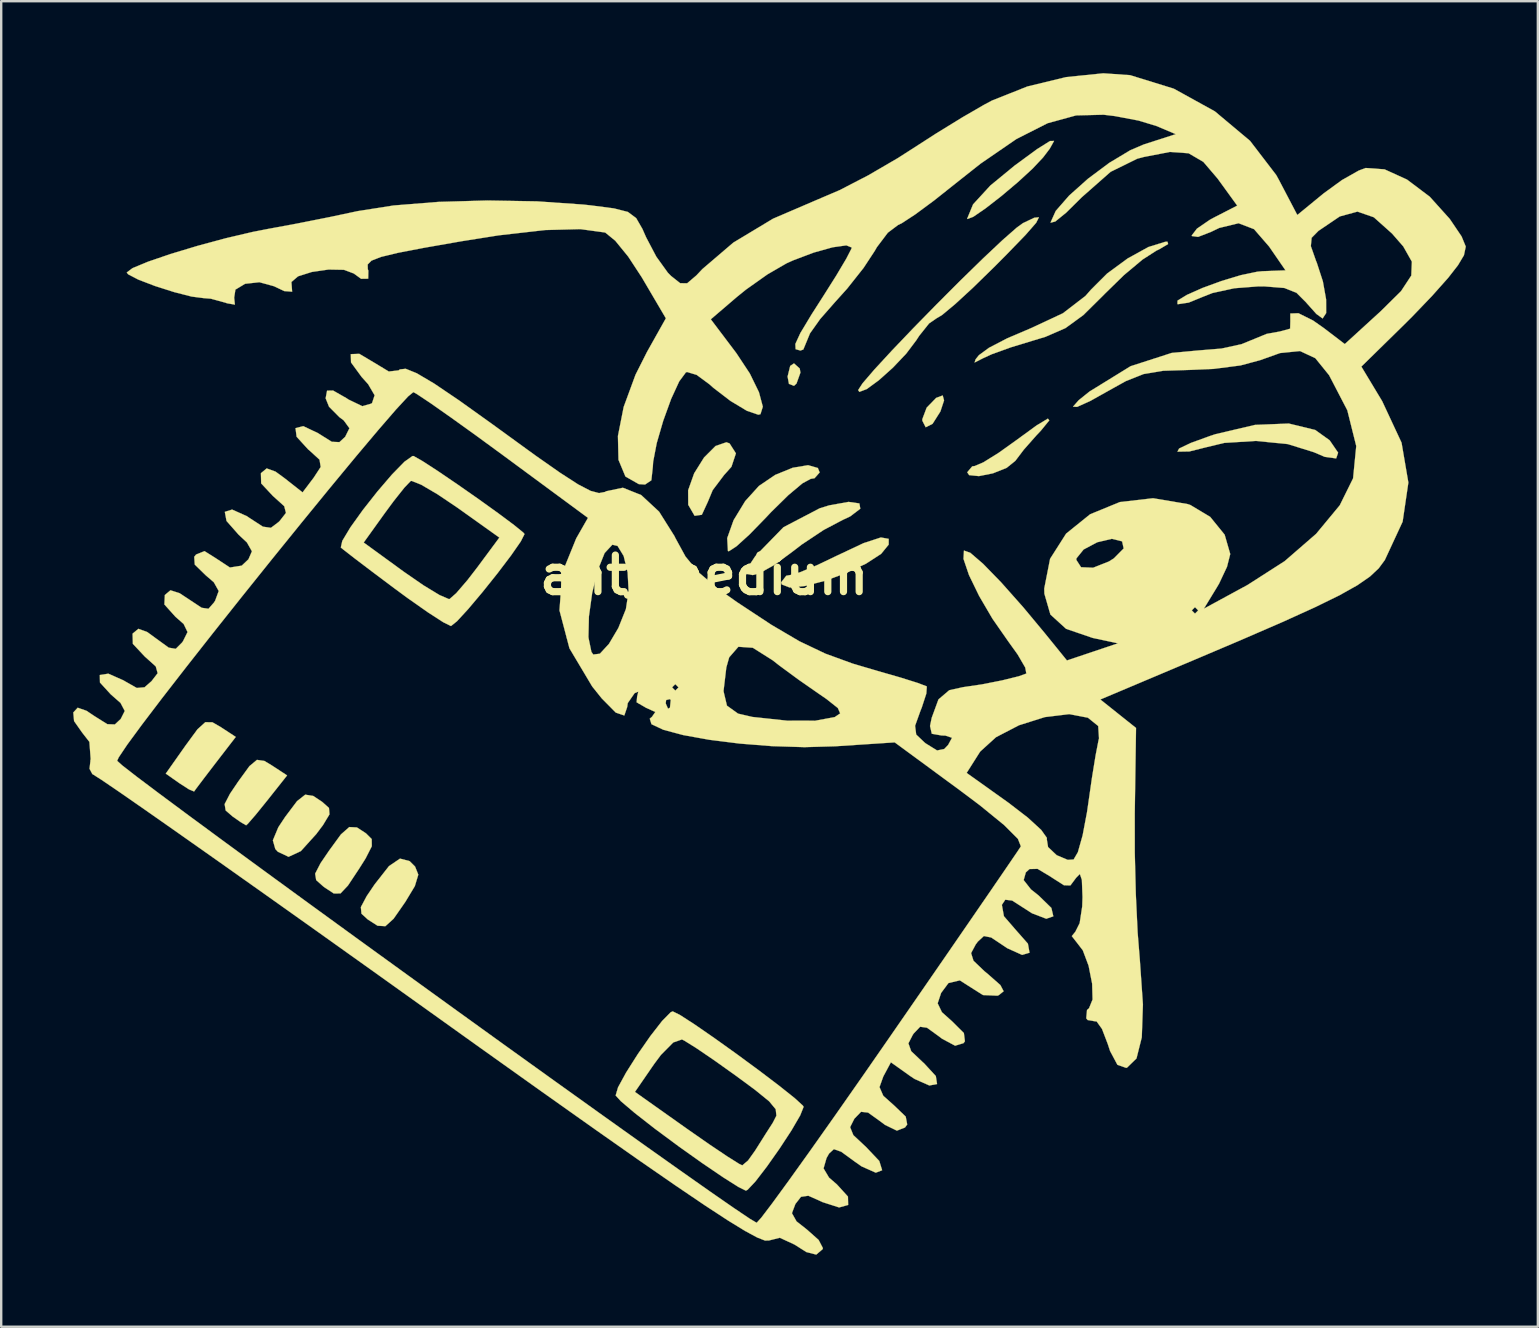
<source format=kicad_pcb>
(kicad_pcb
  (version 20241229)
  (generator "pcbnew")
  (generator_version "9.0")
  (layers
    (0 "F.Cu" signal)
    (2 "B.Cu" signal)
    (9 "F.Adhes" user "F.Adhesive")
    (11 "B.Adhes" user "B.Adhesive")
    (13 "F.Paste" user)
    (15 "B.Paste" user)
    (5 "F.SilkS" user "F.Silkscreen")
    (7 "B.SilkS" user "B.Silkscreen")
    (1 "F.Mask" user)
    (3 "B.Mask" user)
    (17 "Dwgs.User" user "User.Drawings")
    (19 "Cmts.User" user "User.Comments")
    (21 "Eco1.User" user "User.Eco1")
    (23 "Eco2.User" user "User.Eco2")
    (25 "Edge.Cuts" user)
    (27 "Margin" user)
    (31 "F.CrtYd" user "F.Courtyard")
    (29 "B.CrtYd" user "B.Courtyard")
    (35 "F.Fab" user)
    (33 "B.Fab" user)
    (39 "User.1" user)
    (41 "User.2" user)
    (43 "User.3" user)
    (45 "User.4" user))
  (footprint "ant_medium"
    (layer "F.Cu")
    (at 26.295 20.916)
    (property "Reference" "ant_medium" (at 0 0 0) (layer "F.SilkS") (effects (font (size 1.524 1.524) (thickness 0.3))))
    (attr through_hole)
    (fp_poly (pts (xy 3.983 -8.608) (xy 4.011 -8.438) (xy 3.848 -7.983) (xy 3.743 -7.887) (xy 3.533 -7.969) (xy 3.476 -8.273) (xy 3.585 -8.716) (xy 3.743 -8.823) (xy 3.983 -8.608)) (stroke (width 0.01) (type solid)) (fill yes) (layer "F.SilkS"))
    (fp_poly (pts (xy 9.997 -7.281) (xy 9.844 -6.818) (xy 9.518 -6.304) (xy 9.232 -6.16) (xy 9.093 -6.432) (xy 9.091 -6.497) (xy 9.272 -6.977) (xy 9.667 -7.384) (xy 9.94 -7.486) (xy 9.997 -7.281)) (stroke (width 0.01) (type solid)) (fill yes) (layer "F.SilkS"))
    (fp_poly (pts (xy -20.493 6.134) (xy -20.149 6.332) (xy -19.52 6.744) (xy -20.373 7.85) (xy -20.858 8.484) (xy -21.181 8.912) (xy -21.257 9.018) (xy -21.468 8.93) (xy -21.863 8.676) (xy -22.437 8.273) (xy -21.608 7.097) (xy -21.116 6.427) (xy -20.789 6.13) (xy -20.493 6.134)) (stroke (width 0.01) (type solid)) (fill yes) (layer "F.SilkS"))
    (fp_poly (pts (xy 1.058 -5.488) (xy 1.323 -5.073) (xy 1.137 -4.514) (xy 0.826 -4.166) (xy 0.355 -3.541) (xy 0.153 -3.055) (xy -0.097 -2.514) (xy -0.398 -2.471) (xy -0.664 -2.928) (xy -0.668 -3.536) (xy -0.417 -4.241) (xy -0.004 -4.902) (xy 0.475 -5.381) (xy 0.926 -5.535) (xy 1.058 -5.488)) (stroke (width 0.01) (type solid)) (fill yes) (layer "F.SilkS"))
    (fp_poly (pts (xy -18.328 7.744) (xy -18.021 7.929) (xy -17.381 8.348) (xy -18.205 9.388) (xy -18.688 9.985) (xy -19.014 10.361) (xy -19.088 10.427) (xy -19.322 10.29) (xy -19.657 10.055) (xy -19.941 9.808) (xy -19.984 9.543) (xy -19.759 9.109) (xy -19.413 8.597) (xy -18.95 7.961) (xy -18.637 7.7) (xy -18.328 7.744)) (stroke (width 0.01) (type solid)) (fill yes) (layer "F.SilkS"))
    (fp_poly (pts (xy -16.289 9.205) (xy -15.916 9.453) (xy -15.636 9.703) (xy -15.615 9.971) (xy -15.883 10.415) (xy -16.164 10.79) (xy -16.807 11.501) (xy -17.32 11.74) (xy -17.767 11.528) (xy -17.872 11.414) (xy -17.974 11.053) (xy -17.745 10.506) (xy -17.461 10.077) (xy -16.967 9.421) (xy -16.625 9.15) (xy -16.289 9.205)) (stroke (width 0.01) (type solid)) (fill yes) (layer "F.SilkS"))
    (fp_poly (pts (xy -12.273 11.921) (xy -12.048 12.146) (xy -11.913 12.483) (xy -12.057 12.96) (xy -12.452 13.616) (xy -12.942 14.32) (xy -13.285 14.631) (xy -13.611 14.612) (xy -14.017 14.352) (xy -14.281 14.111) (xy -14.307 13.837) (xy -14.065 13.38) (xy -13.734 12.891) (xy -13.135 12.127) (xy -12.675 11.815) (xy -12.273 11.921)) (stroke (width 0.01) (type solid)) (fill yes) (layer "F.SilkS"))
    (fp_poly (pts (xy 14.4 -17.767) (xy 14.123 -17.404) (xy 13.691 -16.944) (xy 13.073 -16.376) (xy 12.381 -15.792) (xy 11.725 -15.282) (xy 11.218 -14.934) (xy 10.971 -14.838) (xy 10.962 -14.858) (xy 11.206 -15.45) (xy 11.926 -16.234) (xy 12.943 -17.07) (xy 13.871 -17.75) (xy 14.411 -18.089) (xy 14.581 -18.093) (xy 14.4 -17.767)) (stroke (width 0.01) (type solid)) (fill yes) (layer "F.SilkS"))
    (fp_poly (pts (xy -14.471 10.516) (xy -14.093 10.762) (xy -13.855 11.001) (xy -13.851 11.3) (xy -14.11 11.808) (xy -14.376 12.23) (xy -14.846 12.939) (xy -15.155 13.265) (xy -15.434 13.269) (xy -15.814 13.018) (xy -15.883 12.966) (xy -16.169 12.71) (xy -16.212 12.443) (xy -15.988 12.008) (xy -15.646 11.504) (xy -15.139 10.808) (xy -14.79 10.5) (xy -14.471 10.516)) (stroke (width 0.01) (type solid)) (fill yes) (layer "F.SilkS"))
    (fp_poly (pts (xy 6.468 -2.987) (xy 6.507 -2.766) (xy 6.084 -2.445) (xy 5.773 -2.3) (xy 4.981 -1.882) (xy 4.072 -1.278) (xy 3.638 -0.945) (xy 2.917 -0.418) (xy 2.297 -0.075) (xy 2.026 0) (xy 1.759 -0.049) (xy 1.792 -0.276) (xy 2.131 -0.791) (xy 3.306 -1.996) (xy 4.815 -2.784) (xy 5.206 -2.905) (xy 6.017 -3.051) (xy 6.468 -2.987)) (stroke (width 0.01) (type solid)) (fill yes) (layer "F.SilkS"))
    (fp_poly (pts (xy 7.69 -1.51) (xy 7.689 -1.27) (xy 7.374 -0.885) (xy 6.743 -0.476) (xy 5.922 -0.088) (xy 5.036 0.237) (xy 4.209 0.453) (xy 3.565 0.518) (xy 3.23 0.388) (xy 3.208 0.302) (xy 3.421 0.027) (xy 3.572 0) (xy 3.985 -0.115) (xy 4.708 -0.415) (xy 5.51 -0.799) (xy 6.645 -1.333) (xy 7.364 -1.568) (xy 7.69 -1.51)) (stroke (width 0.01) (type solid)) (fill yes) (layer "F.SilkS"))
    (fp_poly (pts (xy 14.382 -6.448) (xy 14.037 -6.026) (xy 13.836 -5.812) (xy 13.324 -5.232) (xy 12.967 -4.761) (xy 12.603 -4.468) (xy 12.033 -4.241) (xy 11.449 -4.125) (xy 11.042 -4.166) (xy 10.962 -4.285) (xy 11.171 -4.531) (xy 11.272 -4.545) (xy 11.631 -4.697) (xy 12.268 -5.093) (xy 13.01 -5.623) (xy 13.866 -6.246) (xy 14.324 -6.521) (xy 14.382 -6.448)) (stroke (width 0.01) (type solid)) (fill yes) (layer "F.SilkS"))
    (fp_poly (pts (xy 4.738 -4.463) (xy 4.813 -4.278) (xy 4.598 -4.036) (xy 4.44 -4.011) (xy 4.096 -3.825) (xy 3.509 -3.333) (xy 2.792 -2.629) (xy 2.584 -2.407) (xy 1.891 -1.695) (xy 1.342 -1.197) (xy 1.027 -0.993) (xy 0.99 -1.004) (xy 0.96 -1.54) (xy 1.226 -2.288) (xy 1.71 -3.083) (xy 2.283 -3.716) (xy 2.959 -4.175) (xy 3.689 -4.473) (xy 4.33 -4.58) (xy 4.738 -4.463)) (stroke (width 0.01) (type solid)) (fill yes) (layer "F.SilkS"))
    (fp_poly (pts (xy 25.464 -6.048) (xy 26.065 -5.618) (xy 26.419 -5.102) (xy 26.337 -4.862) (xy 25.859 -4.928) (xy 25.4 -5.124) (xy 24.322 -5.459) (xy 22.996 -5.591) (xy 21.674 -5.509) (xy 20.9 -5.323) (xy 20.222 -5.153) (xy 19.736 -5.144) (xy 19.724 -5.147) (xy 19.792 -5.274) (xy 20.275 -5.505) (xy 21.076 -5.797) (xy 21.308 -5.873) (xy 22.954 -6.259) (xy 24.362 -6.316) (xy 25.464 -6.048)) (stroke (width 0.01) (type solid)) (fill yes) (layer "F.SilkS"))
    (fp_poly (pts (xy 13.836 -14.683) (xy 13.394 -14.177) (xy 12.598 -13.355) (xy 12.08 -12.834) (xy 11.204 -11.979) (xy 10.452 -11.287) (xy 9.908 -10.834) (xy 9.673 -10.695) (xy 9.372 -10.487) (xy 8.96 -9.971) (xy 8.841 -9.788) (xy 8.422 -9.232) (xy 7.865 -8.645) (xy 7.28 -8.121) (xy 6.778 -7.753) (xy 6.467 -7.635) (xy 6.417 -7.709) (xy 6.598 -7.989) (xy 7.09 -8.562) (xy 7.821 -9.355) (xy 8.714 -10.29) (xy 9.696 -11.293) (xy 10.691 -12.289) (xy 11.626 -13.201) (xy 12.427 -13.955) (xy 13.018 -14.474) (xy 13.284 -14.667) (xy 13.758 -14.893) (xy 13.95 -14.91) (xy 13.836 -14.683)) (stroke (width 0.01) (type solid)) (fill yes) (layer "F.SilkS"))
    (fp_poly (pts (xy 19.334 -13.797) (xy 18.958 -13.574) (xy 18.849 -13.524) (xy 18.268 -13.15) (xy 17.499 -12.507) (xy 16.703 -11.73) (xy 16.662 -11.687) (xy 15.802 -10.836) (xy 15.056 -10.293) (xy 14.225 -9.931) (xy 13.721 -9.778) (xy 12.784 -9.493) (xy 11.994 -9.208) (xy 11.631 -9.042) (xy 11.269 -8.859) (xy 11.312 -8.993) (xy 11.45 -9.165) (xy 11.868 -9.472) (xy 12.63 -9.868) (xy 13.57 -10.269) (xy 13.588 -10.276) (xy 14.951 -10.912) (xy 15.892 -11.636) (xy 16.121 -11.897) (xy 16.793 -12.568) (xy 17.649 -13.196) (xy 18.514 -13.673) (xy 19.215 -13.89) (xy 19.307 -13.893) (xy 19.334 -13.797)) (stroke (width 0.01) (type solid)) (fill yes) (layer "F.SilkS"))
    (fp_poly (pts (xy -11.749 -4.758) (xy -11.104 -4.34) (xy -10.287 -3.785) (xy -9.41 -3.172) (xy -8.585 -2.58) (xy -7.925 -2.088) (xy -7.54 -1.775) (xy -7.486 -1.711) (xy -7.643 -1.401) (xy -8.05 -0.816) (xy -8.613 -0.074) (xy -9.239 0.709) (xy -9.833 1.414) (xy -10.302 1.924) (xy -10.552 2.123) (xy -10.554 2.123) (xy -10.874 1.964) (xy -11.512 1.552) (xy -12.359 0.957) (xy -12.915 0.548) (xy -13.822 -0.132) (xy -14.561 -0.693) (xy -15.031 -1.058) (xy -15.142 -1.15) (xy -15.096 -1.357) (xy -14.189 -1.357) (xy -12.518 -0.141) (xy -11.696 0.427) (xy -11.03 0.831) (xy -10.643 0.998) (xy -10.61 0.997) (xy -10.332 0.753) (xy -9.862 0.206) (xy -9.454 -0.323) (xy -8.535 -1.563) (xy -10.278 -2.806) (xy -11.115 -3.37) (xy -11.791 -3.766) (xy -12.188 -3.925) (xy -12.232 -3.918) (xy -12.495 -3.643) (xy -12.948 -3.072) (xy -13.317 -2.572) (xy -14.189 -1.357) (xy -15.096 -1.357) (xy -15.079 -1.43) (xy -14.743 -1.989) (xy -14.225 -2.712) (xy -13.617 -3.484) (xy -13.009 -4.193) (xy -12.491 -4.724) (xy -12.156 -4.962) (xy -12.11 -4.962) (xy -11.749 -4.758)) (stroke (width 0.01) (type solid)) (fill yes) (layer "F.SilkS"))
    (fp_poly (pts (xy -1.011 18.329) (xy -0.398 18.725) (xy 0.424 19.293) (xy 1.355 19.959) (xy 2.292 20.648) (xy 3.132 21.286) (xy 3.774 21.798) (xy 4.115 22.11) (xy 4.144 22.16) (xy 4.002 22.516) (xy 3.639 23.139) (xy 3.145 23.894) (xy 2.614 24.648) (xy 2.138 25.267) (xy 1.809 25.617) (xy 1.738 25.652) (xy 1.427 25.499) (xy 0.783 25.091) (xy -0.099 24.491) (xy -1.061 23.807) (xy -2.066 23.062) (xy -2.9 22.41) (xy -3.471 21.925) (xy -3.689 21.686) (xy -3.645 21.537) (xy -2.885 21.537) (xy -0.725 23.068) (xy 0.205 23.716) (xy 0.967 24.228) (xy 1.461 24.538) (xy 1.589 24.598) (xy 1.828 24.397) (xy 2.115 23.996) (xy 2.566 23.281) (xy 2.86 22.823) (xy 3.01 22.529) (xy 2.982 22.26) (xy 2.708 21.929) (xy 2.12 21.451) (xy 1.332 20.87) (xy 0.434 20.23) (xy -0.327 19.712) (xy -0.829 19.399) (xy -0.926 19.351) (xy -1.289 19.477) (xy -1.802 19.995) (xy -2.085 20.375) (xy -2.885 21.537) (xy -3.645 21.537) (xy -3.59 21.348) (xy -3.254 20.732) (xy -2.773 19.973) (xy -2.242 19.21) (xy -1.752 18.58) (xy -1.396 18.219) (xy -1.311 18.181) (xy -1.011 18.329)) (stroke (width 0.01) (type solid)) (fill yes) (layer "F.SilkS"))
    (fp_poly (pts (xy 17.748 -20.834) (xy 19.569 -20.271) (xy 21.28 -19.327) (xy 22.748 -18.097) (xy 23.839 -16.673) (xy 23.955 -16.462) (xy 24.718 -15.006) (xy 25.82 -15.91) (xy 26.577 -16.461) (xy 27.279 -16.858) (xy 27.565 -16.965) (xy 28.353 -16.909) (xy 29.289 -16.483) (xy 30.238 -15.768) (xy 31.065 -14.849) (xy 31.111 -14.784) (xy 31.564 -14.113) (xy 31.738 -13.69) (xy 31.662 -13.329) (xy 31.415 -12.915) (xy 31.006 -12.39) (xy 30.329 -11.63) (xy 29.504 -10.77) (xy 29.159 -10.427) (xy 27.387 -8.689) (xy 28.254 -7.249) (xy 29.062 -5.518) (xy 29.346 -3.856) (xy 29.107 -2.227) (xy 28.365 -0.628) (xy 28.11 -0.282) (xy 27.746 0.059) (xy 27.219 0.424) (xy 26.471 0.843) (xy 25.444 1.345) (xy 24.084 1.962) (xy 22.332 2.722) (xy 20.487 3.505) (xy 16.51 5.184) (xy 17.253 5.777) (xy 17.997 6.37) (xy 17.944 9.936) (xy 17.945 11.566) (xy 17.988 13.291) (xy 18.064 14.892) (xy 18.156 16.042) (xy 18.284 17.892) (xy 18.237 19.262) (xy 18.016 20.143) (xy 17.621 20.527) (xy 17.585 20.535) (xy 17.222 20.409) (xy 16.915 19.833) (xy 16.82 19.543) (xy 16.579 18.913) (xy 16.355 18.6) (xy 16.288 18.595) (xy 15.98 18.542) (xy 15.923 18.471) (xy 15.954 18.124) (xy 16.038 18.05) (xy 16.186 17.686) (xy 16.168 17.028) (xy 16.02 16.278) (xy 15.779 15.637) (xy 15.557 15.348) (xy 15.32 15.044) (xy 15.467 14.864) (xy 15.648 14.504) (xy 15.754 13.809) (xy 15.767 13.419) (xy 15.74 12.701) (xy 15.656 12.455) (xy 15.494 12.62) (xy 15.482 12.639) (xy 15.262 12.933) (xy 14.993 12.925) (xy 14.492 12.605) (xy 14.451 12.576) (xy 13.894 12.242) (xy 13.557 12.25) (xy 13.404 12.39) (xy 13.314 12.71) (xy 13.617 13.097) (xy 13.935 13.35) (xy 14.469 13.87) (xy 14.551 14.22) (xy 14.257 14.321) (xy 13.662 14.094) (xy 13.388 13.917) (xy 12.834 13.562) (xy 12.547 13.528) (xy 12.406 13.742) (xy 12.491 14.215) (xy 12.985 14.786) (xy 13.491 15.36) (xy 13.559 15.737) (xy 13.25 15.828) (xy 12.625 15.546) (xy 12.51 15.467) (xy 11.962 15.102) (xy 11.656 15.041) (xy 11.405 15.273) (xy 11.315 15.394) (xy 11.123 15.753) (xy 11.223 16.071) (xy 11.68 16.508) (xy 11.821 16.624) (xy 12.344 17.085) (xy 12.48 17.343) (xy 12.277 17.505) (xy 12.222 17.527) (xy 11.619 17.501) (xy 11.265 17.278) (xy 10.654 16.889) (xy 10.181 17) (xy 9.874 17.413) (xy 9.73 17.846) (xy 9.908 18.216) (xy 10.333 18.597) (xy 10.823 19.085) (xy 10.866 19.429) (xy 10.807 19.506) (xy 10.458 19.612) (xy 9.915 19.322) (xy 9.79 19.227) (xy 9.286 18.862) (xy 9 18.822) (xy 8.738 19.096) (xy 8.697 19.152) (xy 8.511 19.513) (xy 8.628 19.841) (xy 9.113 20.301) (xy 9.16 20.341) (xy 9.654 20.877) (xy 9.705 21.208) (xy 9.386 21.27) (xy 8.77 20.998) (xy 8.568 20.863) (xy 7.781 20.303) (xy 7.464 20.896) (xy 7.306 21.337) (xy 7.464 21.699) (xy 7.913 22.1) (xy 8.399 22.566) (xy 8.461 22.895) (xy 8.369 23.02) (xy 8.032 23.152) (xy 7.539 22.913) (xy 7.335 22.76) (xy 6.83 22.398) (xy 6.538 22.366) (xy 6.268 22.644) (xy 6.256 22.659) (xy 6.082 23.006) (xy 6.216 23.338) (xy 6.725 23.814) (xy 6.735 23.822) (xy 7.297 24.415) (xy 7.417 24.802) (xy 7.152 24.904) (xy 6.559 24.64) (xy 6.285 24.448) (xy 5.713 24.031) (xy 5.405 23.923) (xy 5.206 24.104) (xy 5.099 24.294) (xy 4.975 24.725) (xy 5.205 25.111) (xy 5.528 25.389) (xy 5.992 25.899) (xy 6 26.248) (xy 5.623 26.352) (xy 4.933 26.13) (xy 4.895 26.111) (xy 4.34 25.864) (xy 4.034 25.909) (xy 3.801 26.208) (xy 3.657 26.591) (xy 3.848 26.931) (xy 4.287 27.278) (xy 4.77 27.707) (xy 4.948 28.047) (xy 4.934 28.094) (xy 4.67 28.317) (xy 4.258 28.211) (xy 3.766 27.899) (xy 3.152 27.615) (xy 2.7 27.728) (xy 2.534 27.731) (xy 2.214 27.606) (xy 1.709 27.334) (xy 0.993 26.895) (xy 0.037 26.27) (xy -1.189 25.44) (xy -2.712 24.387) (xy -4.56 23.089) (xy -6.763 21.529) (xy -9.349 19.687) (xy -11.5 18.149) (xy -13.909 16.428) (xy -16.191 14.802) (xy -18.309 13.298) (xy -20.225 11.942) (xy -21.902 10.761) (xy -23.303 9.779) (xy -24.39 9.025) (xy -25.127 8.524) (xy -25.475 8.303) (xy -25.496 8.294) (xy -25.614 8.072) (xy -25.576 7.739) (xy -24.464 7.739) (xy -24.254 7.928) (xy -23.654 8.395) (xy -22.709 9.106) (xy -21.465 10.029) (xy -19.968 11.131) (xy -18.262 12.38) (xy -16.394 13.742) (xy -14.408 15.185) (xy -12.35 16.675) (xy -10.266 18.181) (xy -8.201 19.669) (xy -6.2 21.106) (xy -4.309 22.459) (xy -2.573 23.697) (xy -1.038 24.785) (xy 0.251 25.692) (xy 1.248 26.383) (xy 1.909 26.827) (xy 2.187 26.991) (xy 2.188 26.991) (xy 2.378 26.782) (xy 2.834 26.182) (xy 3.521 25.241) (xy 4.404 24.008) (xy 5.446 22.534) (xy 6.611 20.869) (xy 7.688 19.317) (xy 8.937 17.511) (xy 10.092 15.838) (xy 11.117 14.349) (xy 11.977 13.098) (xy 12.635 12.137) (xy 13.056 11.519) (xy 13.198 11.304) (xy 13.075 10.992) (xy 12.502 10.419) (xy 11.492 9.595) (xy 10.665 8.974) (xy 9.672 8.244) (xy 10.938 8.244) (xy 12.689 9.493) (xy 13.482 10.103) (xy 14.045 10.619) (xy 14.283 10.953) (xy 14.278 11.004) (xy 14.331 11.333) (xy 14.689 11.672) (xy 15.152 11.868) (xy 15.396 11.852) (xy 15.573 11.549) (xy 15.771 10.847) (xy 15.954 9.88) (xy 16.003 9.543) (xy 16.16 8.449) (xy 16.313 7.508) (xy 16.433 6.889) (xy 16.454 6.805) (xy 16.421 6.289) (xy 15.992 5.943) (xy 15.214 5.794) (xy 14.196 5.918) (xy 13.119 6.258) (xy 12.162 6.755) (xy 11.506 7.35) (xy 11.465 7.412) (xy 10.938 8.244) (xy 9.672 8.244) (xy 7.94 6.971) (xy 5.457 7.134) (xy 4.178 7.17) (xy 2.823 7.128) (xy 1.474 7.021) (xy 0.215 6.863) (xy -0.872 6.667) (xy -1.703 6.445) (xy -2.196 6.213) (xy -2.267 5.983) (xy -2.174 5.904) (xy -2.036 5.705) (xy -2.398 5.539) (xy -2.411 5.536) (xy -2.735 5.347) (xy -1.604 5.347) (xy -1.506 5.567) (xy -1.426 5.526) (xy -1.394 5.208) (xy -1.426 5.169) (xy -1.585 5.206) (xy -1.604 5.347) (xy -2.735 5.347) (xy -2.816 5.3) (xy -2.793 5.057) (xy -2.744 4.855) (xy -2.9 4.921) (xy -3.185 5.334) (xy -3.208 5.497) (xy -3.328 5.851) (xy -3.683 5.73) (xy -4.271 5.135) (xy -4.509 4.837) (xy 0.806 4.837) (xy 0.949 5.441) (xy 1.412 5.773) (xy 2.008 5.911) (xy 3.441 6.065) (xy 4.629 6.068) (xy 5.439 5.918) (xy 5.44 5.918) (xy 5.668 5.764) (xy 5.571 5.54) (xy 5.094 5.162) (xy 4.772 4.941) (xy 3.922 4.349) (xy 3.122 3.76) (xy 2.854 3.55) (xy 2.027 3.028) (xy 1.426 2.987) (xy 1.042 3.428) (xy 0.923 3.85) (xy 0.806 4.837) (xy -4.509 4.837) (xy -4.636 4.679) (xy -1.337 4.679) (xy -1.203 4.813) (xy -1.069 4.679) (xy -1.203 4.545) (xy -1.337 4.679) (xy -4.636 4.679) (xy -4.667 4.64) (xy -5.614 3.052) (xy -5.734 2.596) (xy -4.824 2.596) (xy -4.699 3.199) (xy -4.622 3.31) (xy -4.346 3.276) (xy -3.968 2.866) (xy -3.576 2.203) (xy -3.262 1.418) (xy -3.148 0.677) (xy -3.19 -0.114) (xy -3.355 -0.797) (xy -3.61 -1.216) (xy -3.827 -1.266) (xy -4.149 -0.918) (xy -4.438 -0.197) (xy -4.666 0.737) (xy -4.803 1.722) (xy -4.824 2.596) (xy -5.734 2.596) (xy -6.03 1.47) (xy -5.914 -0.098) (xy -5.333 -1.527) (xy -4.843 -2.385) (xy -8.323 -4.951) (xy -9.52 -5.827) (xy -10.579 -6.587) (xy -11.42 -7.177) (xy -11.964 -7.539) (xy -12.117 -7.626) (xy -12.338 -7.446) (xy -12.842 -6.901) (xy -13.582 -6.046) (xy -14.515 -4.939) (xy -15.594 -3.635) (xy -16.773 -2.192) (xy -18.009 -0.666) (xy -19.254 0.886) (xy -20.465 2.409) (xy -21.594 3.845) (xy -22.598 5.138) (xy -23.43 6.232) (xy -24.045 7.069) (xy -24.397 7.594) (xy -24.464 7.739) (xy -25.576 7.739) (xy -25.567 7.658) (xy -25.619 6.95) (xy -25.921 6.563) (xy -26.258 6.084) (xy -26.29 5.725) (xy -26.107 5.527) (xy -25.742 5.654) (xy -25.402 5.881) (xy -24.872 6.213) (xy -24.558 6.224) (xy -24.313 5.994) (xy -24.146 5.662) (xy -24.322 5.327) (xy -24.728 4.971) (xy -25.179 4.477) (xy -25.186 4.163) (xy -24.83 4.108) (xy -24.193 4.39) (xy -24.154 4.415) (xy -23.644 4.704) (xy -23.322 4.676) (xy -23.03 4.42) (xy -22.775 4.089) (xy -22.854 3.805) (xy -23.317 3.389) (xy -23.808 2.864) (xy -23.82 2.445) (xy -23.811 2.432) (xy -23.578 2.239) (xy -23.209 2.373) (xy -22.828 2.651) (xy -22.313 3.024) (xy -22.021 3.073) (xy -21.763 2.815) (xy -21.72 2.758) (xy -21.529 2.374) (xy -21.691 2.038) (xy -22.034 1.736) (xy -22.494 1.224) (xy -22.476 0.83) (xy -22.241 0.633) (xy -21.863 0.753) (xy -21.47 1.012) (xy -20.941 1.362) (xy -20.656 1.403) (xy -20.428 1.143) (xy -20.379 1.065) (xy -20.23 0.663) (xy -20.434 0.299) (xy -20.773 0.007) (xy -21.229 -0.439) (xy -21.251 -0.762) (xy -21.174 -0.857) (xy -20.822 -0.999) (xy -20.372 -0.716) (xy -19.763 -0.316) (xy -19.271 -0.394) (xy -18.991 -0.659) (xy -18.846 -0.992) (xy -19.056 -1.362) (xy -19.402 -1.685) (xy -19.905 -2.256) (xy -19.976 -2.635) (xy -19.673 -2.731) (xy -19.058 -2.456) (xy -18.942 -2.377) (xy -18.389 -2.018) (xy -18.055 -1.97) (xy -17.736 -2.211) (xy -17.69 -2.256) (xy -17.428 -2.591) (xy -17.5 -2.872) (xy -17.955 -3.283) (xy -17.97 -3.295) (xy -18.461 -3.821) (xy -18.472 -4.239) (xy -18.464 -4.253) (xy -18.231 -4.446) (xy -17.862 -4.312) (xy -17.484 -4.036) (xy -16.735 -3.447) (xy -16.269 -4.063) (xy -15.981 -4.505) (xy -16.029 -4.81) (xy -16.457 -5.201) (xy -16.501 -5.236) (xy -16.985 -5.766) (xy -17.03 -6.124) (xy -16.706 -6.207) (xy -16.085 -5.912) (xy -16.053 -5.89) (xy -15.518 -5.555) (xy -15.2 -5.541) (xy -14.96 -5.763) (xy -14.783 -6.121) (xy -15.019 -6.445) (xy -15.197 -6.578) (xy -15.634 -7.018) (xy -15.775 -7.368) (xy -15.715 -7.686) (xy -15.464 -7.691) (xy -14.912 -7.376) (xy -14.816 -7.313) (xy -14.246 -7.039) (xy -13.871 -7.146) (xy -13.838 -7.177) (xy -13.733 -7.494) (xy -14.004 -7.957) (xy -14.274 -8.257) (xy -14.717 -8.863) (xy -14.726 -9.208) (xy -14.371 -9.221) (xy -13.729 -8.839) (xy -13.142 -8.484) (xy -12.735 -8.531) (xy -12.681 -8.572) (xy -12.438 -8.598) (xy -11.977 -8.411) (xy -11.25 -7.981) (xy -10.212 -7.279) (xy -8.813 -6.278) (xy -8.458 -6.02) (xy -7.051 -4.998) (xy -6.003 -4.264) (xy -5.253 -3.78) (xy -4.734 -3.51) (xy -4.383 -3.417) (xy -4.136 -3.464) (xy -4.079 -3.495) (xy -3.388 -3.64) (xy -2.625 -3.336) (xy -1.878 -2.643) (xy -1.236 -1.621) (xy -1.203 -1.55) (xy -0.778 -0.773) (xy -0.239 -0.12) (xy 0.546 0.544) (xy 1.368 1.127) (xy 2.8 2.071) (xy 3.973 2.76) (xy 5.05 3.273) (xy 6.189 3.688) (xy 7.23 3.996) (xy 8.175 4.267) (xy 8.898 4.494) (xy 9.262 4.632) (xy 9.278 4.644) (xy 9.258 4.937) (xy 9.068 5.519) (xy 9.012 5.658) (xy 8.789 6.28) (xy 8.836 6.645) (xy 9.19 6.981) (xy 9.237 7.017) (xy 9.706 7.308) (xy 10.005 7.246) (xy 10.166 7.078) (xy 10.328 6.78) (xy 10.048 6.687) (xy 9.896 6.684) (xy 9.486 6.612) (xy 9.412 6.289) (xy 9.482 5.949) (xy 9.764 5.18) (xy 10.214 4.797) (xy 10.789 4.67) (xy 11.57 4.555) (xy 12.415 4.388) (xy 13.112 4.216) (xy 13.426 4.103) (xy 13.38 3.852) (xy 13.066 3.312) (xy 12.65 2.731) (xy 12.015 1.819) (xy 11.458 0.868) (xy 11.035 -0.003) (xy 10.807 -0.675) (xy 10.826 -1.023) (xy 11.09 -0.93) (xy 11.625 -0.469) (xy 12.377 0.304) (xy 13.291 1.334) (xy 14.176 2.397) (xy 15.118 3.558) (xy 17.245 2.843) (xy 16.189 2.618) (xy 15.082 2.239) (xy 14.429 1.644) (xy 14.379 1.471) (xy 20.32 1.471) (xy 20.454 1.604) (xy 20.587 1.471) (xy 20.454 1.337) (xy 20.32 1.471) (xy 14.379 1.471) (xy 14.178 0.776) (xy 14.172 0.56) (xy 14.407 -0.636) (xy 15.507 -0.636) (xy 15.707 -0.328) (xy 16.209 -0.307) (xy 16.868 -0.568) (xy 17.075 -0.699) (xy 17.482 -1.11) (xy 17.416 -1.406) (xy 16.99 -1.512) (xy 16.38 -1.368) (xy 15.813 -1.067) (xy 15.515 -0.699) (xy 15.507 -0.636) (xy 14.407 -0.636) (xy 14.416 -0.68) (xy 15.084 -1.729) (xy 16.084 -2.535) (xy 17.323 -3.044) (xy 18.708 -3.203) (xy 20.146 -2.96) (xy 20.262 -2.921) (xy 21.087 -2.427) (xy 21.69 -1.684) (xy 21.923 -0.878) (xy 21.788 -0.346) (xy 21.457 0.357) (xy 21.373 0.499) (xy 20.824 1.4) (xy 22.644 0.411) (xy 24.191 -0.581) (xy 25.503 -1.72) (xy 26.487 -2.908) (xy 27.042 -4.031) (xy 27.174 -5.378) (xy 26.802 -6.869) (xy 26.042 -8.331) (xy 25.469 -9.039) (xy 24.831 -9.337) (xy 23.998 -9.253) (xy 23.169 -8.957) (xy 22.348 -8.737) (xy 21.221 -8.592) (xy 20.262 -8.551) (xy 19.133 -8.515) (xy 18.311 -8.378) (xy 17.57 -8.083) (xy 16.978 -7.754) (xy 16.089 -7.256) (xy 15.542 -7.01) (xy 15.371 -7.019) (xy 15.607 -7.287) (xy 16.057 -7.649) (xy 17.77 -8.705) (xy 19.482 -9.258) (xy 20.587 -9.361) (xy 21.552 -9.44) (xy 22.394 -9.623) (xy 22.726 -9.759) (xy 23.439 -10.052) (xy 23.988 -10.151) (xy 24.419 -10.269) (xy 24.427 -10.561) (xy 24.426 -10.901) (xy 24.765 -10.913) (xy 25.374 -10.61) (xy 25.823 -10.295) (xy 26.697 -9.628) (xy 28.195 -10.997) (xy 29.041 -11.833) (xy 29.468 -12.482) (xy 29.492 -13.063) (xy 29.133 -13.698) (xy 28.665 -14.234) (xy 27.906 -14.912) (xy 27.225 -15.148) (xy 26.488 -14.947) (xy 25.599 -14.345) (xy 25.314 -14.056) (xy 25.282 -13.709) (xy 25.495 -13.103) (xy 25.532 -13.012) (xy 25.783 -12.241) (xy 25.918 -11.489) (xy 25.92 -10.919) (xy 25.773 -10.695) (xy 25.512 -10.883) (xy 25.104 -11.339) (xy 25.085 -11.363) (xy 24.684 -11.764) (xy 24.178 -11.965) (xy 23.377 -12.029) (xy 23.095 -12.032) (xy 22.095 -11.954) (xy 21.184 -11.756) (xy 20.823 -11.614) (xy 20.192 -11.356) (xy 19.744 -11.289) (xy 19.723 -11.295) (xy 19.726 -11.438) (xy 20.118 -11.678) (xy 20.772 -11.968) (xy 21.563 -12.257) (xy 22.364 -12.499) (xy 23.05 -12.643) (xy 23.261 -12.663) (xy 24.226 -12.7) (xy 23.543 -13.692) (xy 22.914 -14.417) (xy 22.271 -14.663) (xy 21.466 -14.468) (xy 21.109 -14.297) (xy 20.583 -14.094) (xy 20.325 -14.129) (xy 20.32 -14.157) (xy 20.536 -14.438) (xy 21.074 -14.807) (xy 21.267 -14.911) (xy 22.214 -15.397) (xy 21.399 -16.521) (xy 20.802 -17.22) (xy 20.187 -17.579) (xy 19.41 -17.635) (xy 18.323 -17.425) (xy 18.047 -17.352) (xy 16.938 -16.806) (xy 15.73 -15.742) (xy 15.708 -15.719) (xy 15.086 -15.104) (xy 14.633 -14.736) (xy 14.44 -14.686) (xy 14.438 -14.701) (xy 14.651 -15.176) (xy 15.209 -15.815) (xy 15.993 -16.516) (xy 16.883 -17.18) (xy 17.759 -17.706) (xy 18.315 -17.944) (xy 19.652 -18.375) (xy 18.849 -18.715) (xy 18.1 -18.942) (xy 17.118 -19.128) (xy 16.647 -19.185) (xy 15.499 -19.157) (xy 14.313 -18.832) (xy 13.012 -18.173) (xy 11.516 -17.145) (xy 10.491 -16.334) (xy 9.589 -15.617) (xy 8.797 -15.032) (xy 8.235 -14.664) (xy 8.08 -14.59) (xy 7.654 -14.269) (xy 7.197 -13.665) (xy 7.11 -13.513) (xy 6.642 -12.801) (xy 5.963 -11.944) (xy 5.444 -11.367) (xy 4.832 -10.669) (xy 4.41 -10.074) (xy 4.278 -9.754) (xy 4.132 -9.401) (xy 4.011 -9.358) (xy 3.811 -9.414) (xy 3.8 -9.632) (xy 4.009 -10.087) (xy 4.47 -10.854) (xy 4.952 -11.607) (xy 5.505 -12.483) (xy 5.923 -13.187) (xy 6.136 -13.601) (xy 6.149 -13.651) (xy 5.926 -13.741) (xy 5.351 -13.66) (xy 4.566 -13.441) (xy 3.713 -13.119) (xy 3.433 -12.993) (xy 2.639 -12.533) (xy 1.745 -11.9) (xy 1.369 -11.596) (xy 0.276 -10.66) (xy 1.341 -9.25) (xy 1.902 -8.401) (xy 2.283 -7.621) (xy 2.444 -7.018) (xy 2.346 -6.705) (xy 2.255 -6.684) (xy 1.78 -6.847) (xy 1.095 -7.259) (xy 0.382 -7.806) (xy 0.222 -7.949) (xy -0.312 -8.343) (xy -0.715 -8.464) (xy -0.763 -8.446) (xy -1.041 -8.071) (xy -1.376 -7.343) (xy -1.707 -6.43) (xy -1.977 -5.501) (xy -2.126 -4.726) (xy -2.139 -4.517) (xy -2.201 -3.951) (xy -2.462 -3.775) (xy -2.723 -3.791) (xy -3.282 -4.109) (xy -3.571 -4.804) (xy -3.594 -5.797) (xy -3.355 -7.006) (xy -2.86 -8.352) (xy -2.385 -9.294) (xy -1.596 -10.701) (xy -2.603 -12.414) (xy -3.165 -13.272) (xy -3.705 -13.934) (xy -4.115 -14.269) (xy -4.144 -14.279) (xy -5.164 -14.418) (xy -6.629 -14.379) (xy -8.562 -14.159) (xy -10.113 -13.913) (xy -11.661 -13.642) (xy -12.754 -13.432) (xy -13.463 -13.261) (xy -13.862 -13.106) (xy -14.023 -12.944) (xy -14.018 -12.753) (xy -13.995 -12.686) (xy -14.002 -12.352) (xy -14.297 -12.348) (xy -14.6 -12.568) (xy -15.01 -12.722) (xy -15.652 -12.734) (xy -16.349 -12.633) (xy -16.924 -12.451) (xy -17.2 -12.215) (xy -17.195 -12.132) (xy -17.171 -11.811) (xy -17.5 -11.836) (xy -17.926 -12.038) (xy -18.535 -12.205) (xy -19.131 -12.14) (xy -19.535 -11.896) (xy -19.587 -11.56) (xy -19.557 -11.272) (xy -19.887 -11.328) (xy -19.939 -11.349) (xy -20.561 -11.519) (xy -20.855 -11.542) (xy -21.358 -11.607) (xy -22.092 -11.795) (xy -22.889 -12.049) (xy -23.583 -12.315) (xy -24.006 -12.536) (xy -24.063 -12.61) (xy -23.822 -12.792) (xy -23.174 -13.061) (xy -22.235 -13.382) (xy -21.117 -13.719) (xy -19.936 -14.038) (xy -18.806 -14.303) (xy -18.169 -14.427) (xy -16.98 -14.647) (xy -15.591 -14.923) (xy -14.438 -15.168) (xy -12.942 -15.403) (xy -11.085 -15.552) (xy -9.037 -15.611) (xy -6.966 -15.575) (xy -5.039 -15.441) (xy -4.726 -15.407) (xy -3.761 -15.282) (xy -3.179 -15.134) (xy -2.833 -14.876) (xy -2.573 -14.425) (xy -2.421 -14.08) (xy -1.994 -13.269) (xy -1.513 -12.601) (xy -1.378 -12.464) (xy -1 -12.165) (xy -0.71 -12.16) (xy -0.323 -12.49) (xy -0.074 -12.754) (xy 1.214 -13.855) (xy 2.871 -14.853) (xy 4.688 -15.633) (xy 5.645 -16.042) (xy 6.836 -16.658) (xy 8.063 -17.373) (xy 8.565 -17.694) (xy 9.677 -18.41) (xy 10.767 -19.08) (xy 11.667 -19.601) (xy 11.993 -19.775) (xy 13.469 -20.362) (xy 15.083 -20.753) (xy 16.633 -20.911) (xy 17.748 -20.834)) (stroke (width 0.01) (type solid)) (fill yes) (layer "F.SilkS")))
  (gr_rect
    (start -3 -3)
    (end 61.037 52.238)
    (stroke (width 0.1) (type default))
    (fill no)
    (layer "Edge.Cuts")))
</source>
